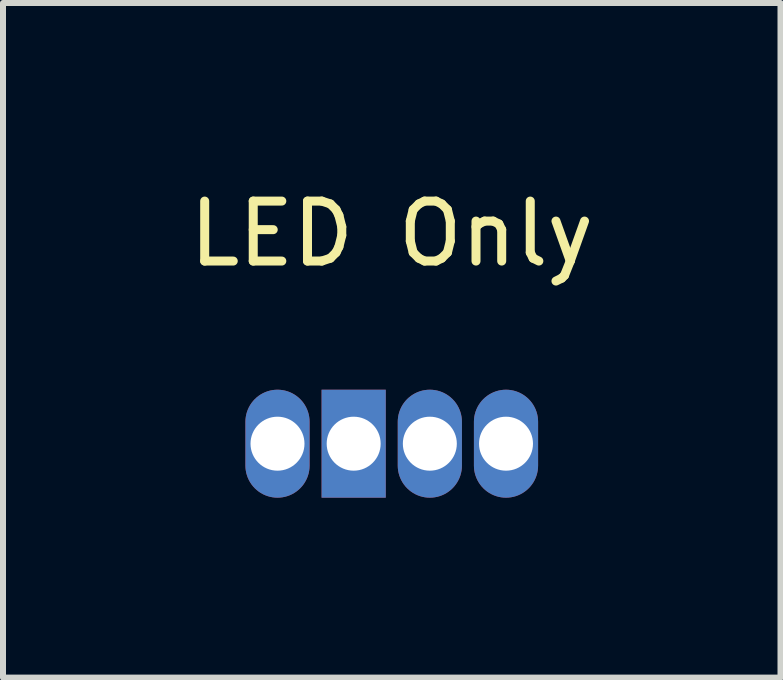
<source format=kicad_pcb>
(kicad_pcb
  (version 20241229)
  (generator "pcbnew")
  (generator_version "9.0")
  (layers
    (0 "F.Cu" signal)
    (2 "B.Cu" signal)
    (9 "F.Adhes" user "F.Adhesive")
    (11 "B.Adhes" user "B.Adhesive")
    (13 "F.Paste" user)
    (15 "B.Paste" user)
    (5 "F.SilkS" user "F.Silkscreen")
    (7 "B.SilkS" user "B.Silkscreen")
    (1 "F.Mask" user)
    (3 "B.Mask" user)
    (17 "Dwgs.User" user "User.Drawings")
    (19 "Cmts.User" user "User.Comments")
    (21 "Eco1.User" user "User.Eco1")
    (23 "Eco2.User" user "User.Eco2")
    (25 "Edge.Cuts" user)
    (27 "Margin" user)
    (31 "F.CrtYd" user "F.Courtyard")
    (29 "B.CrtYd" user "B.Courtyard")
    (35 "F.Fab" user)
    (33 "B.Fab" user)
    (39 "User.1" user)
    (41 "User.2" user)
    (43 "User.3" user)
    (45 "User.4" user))
  (footprint "LED Only"
    (layer "F.Cu")
    (at 3.482 4.348)
    (property "Reference" "LED Only" (at 0 -3.5 0) (layer "F.SilkS") (effects (font (size 1 1) (thickness 0.15))))
    (attr smd)
    (pad "1" thru_hole oval (at 0.635 0 180) (size 1.07 1.8) (drill 0.9) (layers "*.Cu" "*.Mask"))
    (pad "2" thru_hole oval (at -1.905 0 180) (size 1.07 1.8) (drill 0.9) (layers "*.Cu" "*.Mask"))
    (pad "3" thru_hole rect (at -0.635 0 180) (size 1.07 1.8) (drill 0.9) (layers "*.Cu" "*.Mask"))
    (pad "4" thru_hole oval (at 1.905 0 180) (size 1.07 1.8) (drill 0.9) (layers "*.Cu" "*.Mask")))
  (gr_rect
    (start -3 -3)
    (end 9.964 8.248)
    (stroke (width 0.1) (type default))
    (fill no)
    (layer "Edge.Cuts")))
</source>
